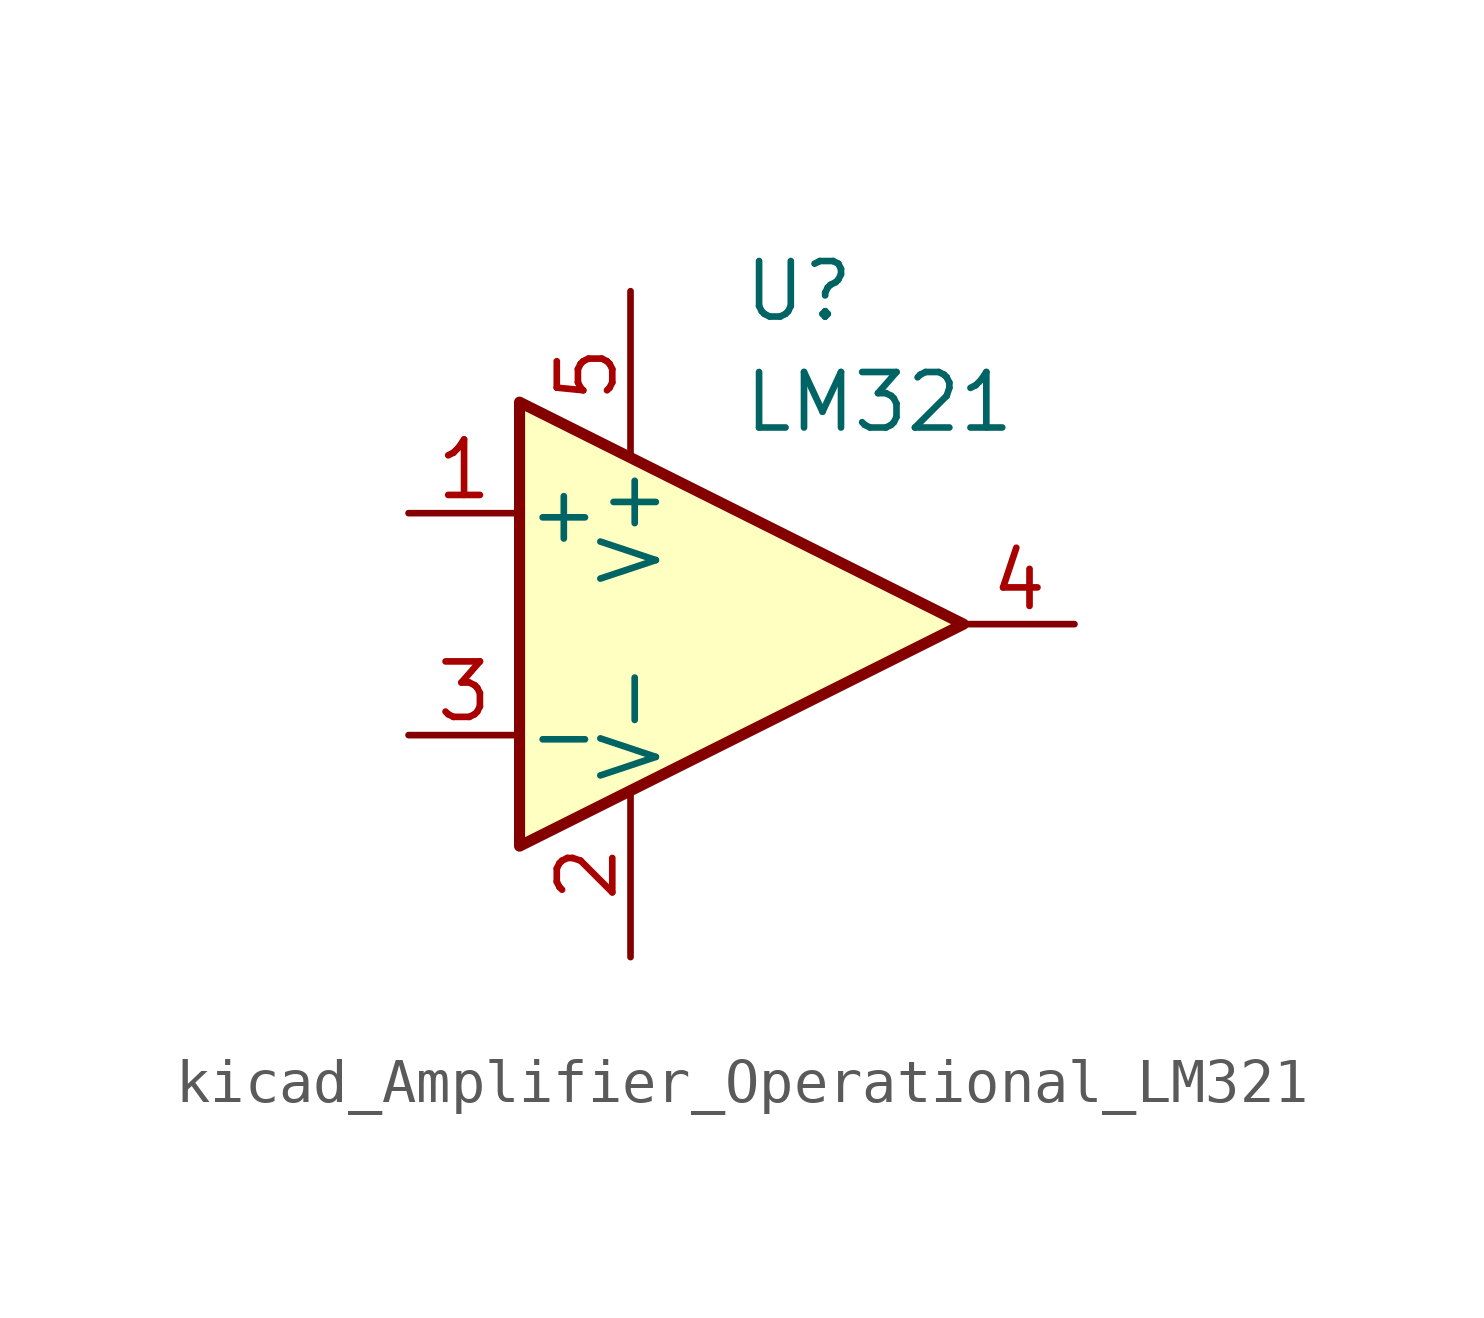
<source format=kicad_sym>
(kicad_symbol_lib
  (version 20220914)
  (generator kicad_symbol_editor)
  (symbol "kicad_Amplifier_Operational_LM321"
    (pin_names
      (offset 0.127))
    (property "Reference" "U"
      (at 0 7.62 0)
      (effects (font (size 1.27 1.27)) (justify left)))
    (property "Value" "LM321"
      (at 0 5.08 0)
      (effects (font (size 1.27 1.27)) (justify left)))
    (symbol "kicad_Amplifier_Operational_LM321_0_1"
      (polyline (pts (xy -5.08 5.08) (xy 5.08 0) (xy -5.08 -5.08) (xy -5.08 5.08)) (stroke (width 0.254) (type default)) (fill (type background))))
    (symbol "kicad_Amplifier_Operational_LM321_1_1"
      (pin input line (at -7.62 2.54 0) (length 2.54) (name "+" (effects (font (size 1.27 1.27)))) (number "1" (effects (font (size 1.27 1.27)))))
      (pin power_in line (at -2.54 -7.62 90) (length 3.81) (name "V-" (effects (font (size 1.27 1.27)))) (number "2" (effects (font (size 1.27 1.27)))))
      (pin input line (at -7.62 -2.54 0) (length 2.54) (name "-" (effects (font (size 1.27 1.27)))) (number "3" (effects (font (size 1.27 1.27)))))
      (pin output line (at 7.62 0 180) (length 2.54) (name "~" (effects (font (size 1.27 1.27)))) (number "4" (effects (font (size 1.27 1.27)))))
      (pin power_in line (at -2.54 7.62 270) (length 3.81) (name "V+" (effects (font (size 1.27 1.27)))) (number "5" (effects (font (size 1.27 1.27))))))))
</source>
